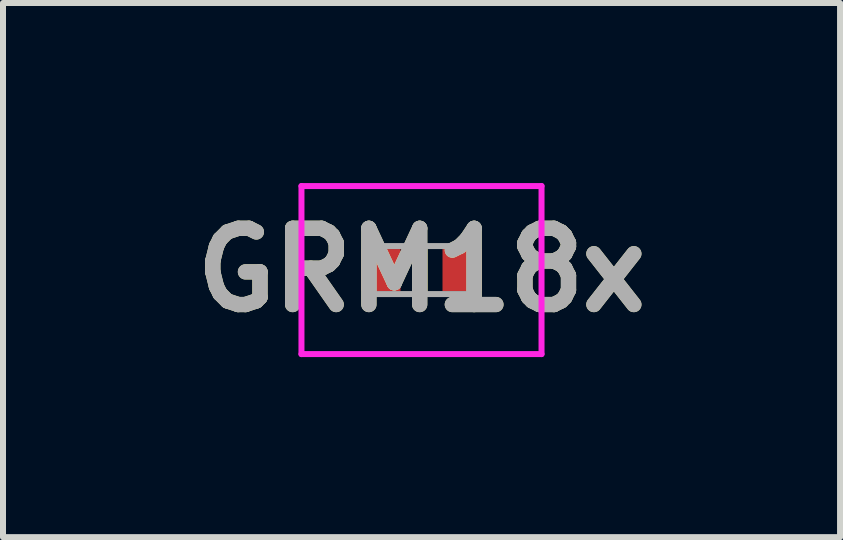
<source format=kicad_pcb>
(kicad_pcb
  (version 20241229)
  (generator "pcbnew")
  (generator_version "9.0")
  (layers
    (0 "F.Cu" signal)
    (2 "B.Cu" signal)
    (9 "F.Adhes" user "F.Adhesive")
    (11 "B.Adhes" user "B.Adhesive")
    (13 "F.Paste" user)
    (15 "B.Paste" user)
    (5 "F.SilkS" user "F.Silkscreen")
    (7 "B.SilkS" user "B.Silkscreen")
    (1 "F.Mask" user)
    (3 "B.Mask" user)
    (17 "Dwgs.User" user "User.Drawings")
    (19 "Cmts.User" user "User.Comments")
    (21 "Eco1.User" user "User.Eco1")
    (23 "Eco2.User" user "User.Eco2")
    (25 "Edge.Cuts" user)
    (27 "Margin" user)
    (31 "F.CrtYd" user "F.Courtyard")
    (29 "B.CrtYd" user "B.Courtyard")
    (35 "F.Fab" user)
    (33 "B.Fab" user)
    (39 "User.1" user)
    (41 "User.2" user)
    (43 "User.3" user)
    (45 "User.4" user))
  (footprint "GRM18x"
    (layer "F.Cu")
    (at 3.973 1.45)
    (property "Reference" "GRM18x" (at 0 0 0) (layer "F.SilkS") (effects (font (size 1.27 1.27) (thickness 0.254))))
    (attr smd)
    (fp_line (start 0 -0.4) (end 0 0.4) (stroke (width 0.2) (type solid)) (layer "F.SilkS"))
    (fp_line (start -2 -1.4) (end 2 -1.4) (stroke (width 0.1) (type solid)) (layer "F.CrtYd"))
    (fp_line (start -2 1.4) (end -2 -1.4) (stroke (width 0.1) (type solid)) (layer "F.CrtYd"))
    (fp_line (start 2 -1.4) (end 2 1.4) (stroke (width 0.1) (type solid)) (layer "F.CrtYd"))
    (fp_line (start 2 1.4) (end -2 1.4) (stroke (width 0.1) (type solid)) (layer "F.CrtYd"))
    (fp_line (start -0.8 -0.4) (end 0.8 -0.4) (stroke (width 0.1) (type solid)) (layer "F.Fab"))
    (fp_line (start -0.8 0.4) (end -0.8 -0.4) (stroke (width 0.1) (type solid)) (layer "F.Fab"))
    (fp_line (start 0.8 -0.4) (end 0.8 0.4) (stroke (width 0.1) (type solid)) (layer "F.Fab"))
    (fp_line (start 0.8 0.4) (end -0.8 0.4) (stroke (width 0.1) (type solid)) (layer "F.Fab"))
    (fp_text user "${REFERENCE}" (at 0 0 0) (layer "F.Fab") (effects (font (size 1.27 1.27) (thickness 0.254))))
    (pad "1" smd rect (at -0.675 0) (size 0.65 0.7) (layers "F.Cu" "F.Mask" "F.Paste"))
    (pad "2" smd rect (at 0.675 0) (size 0.65 0.7) (layers "F.Cu" "F.Mask" "F.Paste")))
  (gr_rect
    (start -3 -3)
    (end 10.947 5.9)
    (stroke (width 0.1) (type default))
    (fill no)
    (layer "Edge.Cuts")))
</source>
